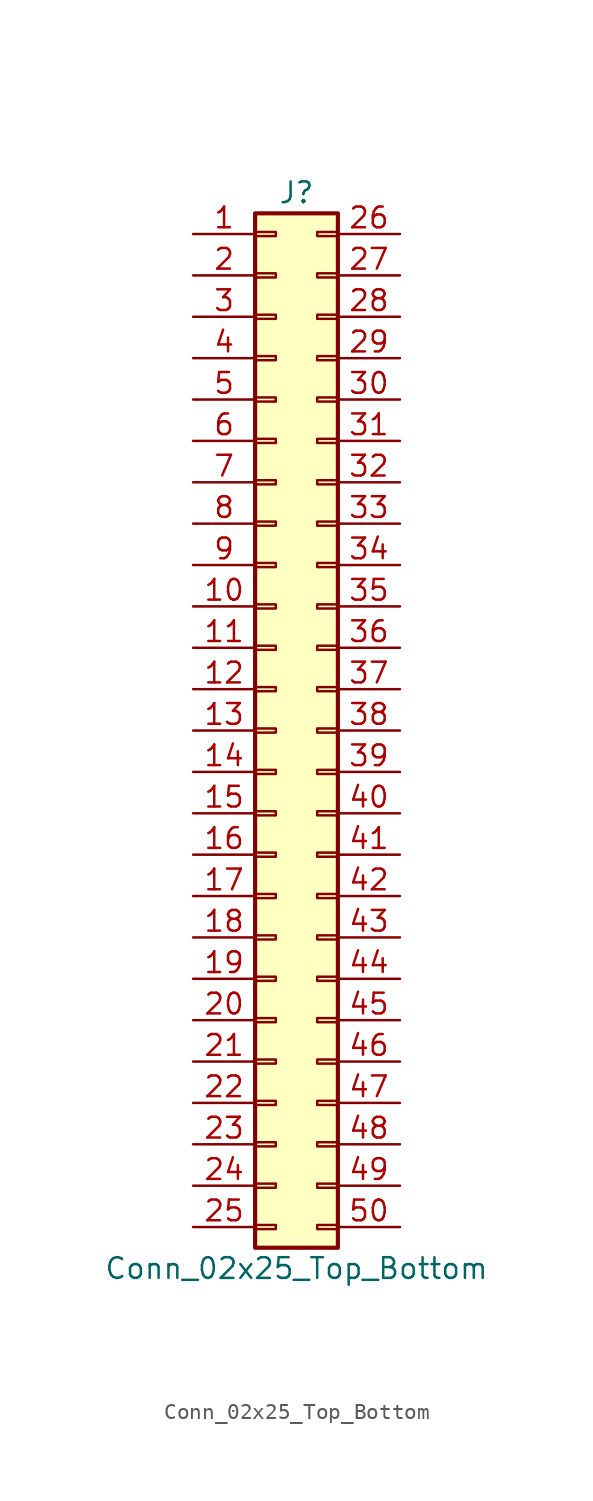
<source format=kicad_sym>
(kicad_symbol_lib
  (version 20201005)
  (generator kicad_symbol_editor)
  (symbol "Conn_02x25_Top_Bottom"
    (pin_names
      (offset 1.016) hide)
    (property "Reference" "J"
      (at 1.27 33.02 0)
      (effects (font (size 1.27 1.27))))
    (property "Value" "Conn_02x25_Top_Bottom"
      (at 1.27 -33.02 0)
      (effects (font (size 1.27 1.27))))
    (symbol "Conn_02x25_Top_Bottom_1_1"
      (rectangle (start -1.27 -30.353) (end 0 -30.607) (stroke (width 0.152)) (fill (type none)))
      (rectangle (start -1.27 -27.813) (end 0 -28.067) (stroke (width 0.152)) (fill (type none)))
      (rectangle (start -1.27 -25.273) (end 0 -25.527) (stroke (width 0.152)) (fill (type none)))
      (rectangle (start -1.27 -22.733) (end 0 -22.987) (stroke (width 0.152)) (fill (type none)))
      (rectangle (start -1.27 -20.193) (end 0 -20.447) (stroke (width 0.152)) (fill (type none)))
      (rectangle (start -1.27 -17.653) (end 0 -17.907) (stroke (width 0.152)) (fill (type none)))
      (rectangle (start -1.27 -15.113) (end 0 -15.367) (stroke (width 0.152)) (fill (type none)))
      (rectangle (start -1.27 -12.573) (end 0 -12.827) (stroke (width 0.152)) (fill (type none)))
      (rectangle (start -1.27 -10.033) (end 0 -10.287) (stroke (width 0.152)) (fill (type none)))
      (rectangle (start -1.27 -7.493) (end 0 -7.747) (stroke (width 0.152)) (fill (type none)))
      (rectangle (start -1.27 -4.953) (end 0 -5.207) (stroke (width 0.152)) (fill (type none)))
      (rectangle (start -1.27 -2.413) (end 0 -2.667) (stroke (width 0.152)) (fill (type none)))
      (rectangle (start -1.27 0.127) (end 0 -0.127) (stroke (width 0.152)) (fill (type none)))
      (rectangle (start -1.27 2.667) (end 0 2.413) (stroke (width 0.152)) (fill (type none)))
      (rectangle (start -1.27 5.207) (end 0 4.953) (stroke (width 0.152)) (fill (type none)))
      (rectangle (start -1.27 7.747) (end 0 7.493) (stroke (width 0.152)) (fill (type none)))
      (rectangle (start -1.27 10.287) (end 0 10.033) (stroke (width 0.152)) (fill (type none)))
      (rectangle (start -1.27 12.827) (end 0 12.573) (stroke (width 0.152)) (fill (type none)))
      (rectangle (start -1.27 15.367) (end 0 15.113) (stroke (width 0.152)) (fill (type none)))
      (rectangle (start -1.27 17.907) (end 0 17.653) (stroke (width 0.152)) (fill (type none)))
      (rectangle (start -1.27 20.447) (end 0 20.193) (stroke (width 0.152)) (fill (type none)))
      (rectangle (start -1.27 22.987) (end 0 22.733) (stroke (width 0.152)) (fill (type none)))
      (rectangle (start -1.27 25.527) (end 0 25.273) (stroke (width 0.152)) (fill (type none)))
      (rectangle (start -1.27 28.067) (end 0 27.813) (stroke (width 0.152)) (fill (type none)))
      (rectangle (start -1.27 30.607) (end 0 30.353) (stroke (width 0.152)) (fill (type none)))
      (rectangle (start -1.27 31.75) (end 3.81 -31.75) (stroke (width 0.254)) (fill (type background)))
      (rectangle (start 3.81 -30.353) (end 2.54 -30.607) (stroke (width 0.152)) (fill (type none)))
      (rectangle (start 3.81 -27.813) (end 2.54 -28.067) (stroke (width 0.152)) (fill (type none)))
      (rectangle (start 3.81 -25.273) (end 2.54 -25.527) (stroke (width 0.152)) (fill (type none)))
      (rectangle (start 3.81 -22.733) (end 2.54 -22.987) (stroke (width 0.152)) (fill (type none)))
      (rectangle (start 3.81 -20.193) (end 2.54 -20.447) (stroke (width 0.152)) (fill (type none)))
      (rectangle (start 3.81 -17.653) (end 2.54 -17.907) (stroke (width 0.152)) (fill (type none)))
      (rectangle (start 3.81 -15.113) (end 2.54 -15.367) (stroke (width 0.152)) (fill (type none)))
      (rectangle (start 3.81 -12.573) (end 2.54 -12.827) (stroke (width 0.152)) (fill (type none)))
      (rectangle (start 3.81 -10.033) (end 2.54 -10.287) (stroke (width 0.152)) (fill (type none)))
      (rectangle (start 3.81 -7.493) (end 2.54 -7.747) (stroke (width 0.152)) (fill (type none)))
      (rectangle (start 3.81 -4.953) (end 2.54 -5.207) (stroke (width 0.152)) (fill (type none)))
      (rectangle (start 3.81 -2.413) (end 2.54 -2.667) (stroke (width 0.152)) (fill (type none)))
      (rectangle (start 3.81 0.127) (end 2.54 -0.127) (stroke (width 0.152)) (fill (type none)))
      (rectangle (start 3.81 2.667) (end 2.54 2.413) (stroke (width 0.152)) (fill (type none)))
      (rectangle (start 3.81 5.207) (end 2.54 4.953) (stroke (width 0.152)) (fill (type none)))
      (rectangle (start 3.81 7.747) (end 2.54 7.493) (stroke (width 0.152)) (fill (type none)))
      (rectangle (start 3.81 10.287) (end 2.54 10.033) (stroke (width 0.152)) (fill (type none)))
      (rectangle (start 3.81 12.827) (end 2.54 12.573) (stroke (width 0.152)) (fill (type none)))
      (rectangle (start 3.81 15.367) (end 2.54 15.113) (stroke (width 0.152)) (fill (type none)))
      (rectangle (start 3.81 17.907) (end 2.54 17.653) (stroke (width 0.152)) (fill (type none)))
      (rectangle (start 3.81 20.447) (end 2.54 20.193) (stroke (width 0.152)) (fill (type none)))
      (rectangle (start 3.81 22.987) (end 2.54 22.733) (stroke (width 0.152)) (fill (type none)))
      (rectangle (start 3.81 25.527) (end 2.54 25.273) (stroke (width 0.152)) (fill (type none)))
      (rectangle (start 3.81 28.067) (end 2.54 27.813) (stroke (width 0.152)) (fill (type none)))
      (rectangle (start 3.81 30.607) (end 2.54 30.353) (stroke (width 0.152)) (fill (type none)))
      (pin passive line (at -5.08 30.48 0) (length 3.81) (name "Pin_1" (effects (font (size 1.27 1.27)))) (number "1" (effects (font (size 1.27 1.27)))))
      (pin passive line (at -5.08 7.62 0) (length 3.81) (name "Pin_10" (effects (font (size 1.27 1.27)))) (number "10" (effects (font (size 1.27 1.27)))))
      (pin passive line (at -5.08 5.08 0) (length 3.81) (name "Pin_11" (effects (font (size 1.27 1.27)))) (number "11" (effects (font (size 1.27 1.27)))))
      (pin passive line (at -5.08 2.54 0) (length 3.81) (name "Pin_12" (effects (font (size 1.27 1.27)))) (number "12" (effects (font (size 1.27 1.27)))))
      (pin passive line (at -5.08 0 0) (length 3.81) (name "Pin_13" (effects (font (size 1.27 1.27)))) (number "13" (effects (font (size 1.27 1.27)))))
      (pin passive line (at -5.08 -2.54 0) (length 3.81) (name "Pin_14" (effects (font (size 1.27 1.27)))) (number "14" (effects (font (size 1.27 1.27)))))
      (pin passive line (at -5.08 -5.08 0) (length 3.81) (name "Pin_15" (effects (font (size 1.27 1.27)))) (number "15" (effects (font (size 1.27 1.27)))))
      (pin passive line (at -5.08 -7.62 0) (length 3.81) (name "Pin_16" (effects (font (size 1.27 1.27)))) (number "16" (effects (font (size 1.27 1.27)))))
      (pin passive line (at -5.08 -10.16 0) (length 3.81) (name "Pin_17" (effects (font (size 1.27 1.27)))) (number "17" (effects (font (size 1.27 1.27)))))
      (pin passive line (at -5.08 -12.7 0) (length 3.81) (name "Pin_18" (effects (font (size 1.27 1.27)))) (number "18" (effects (font (size 1.27 1.27)))))
      (pin passive line (at -5.08 -15.24 0) (length 3.81) (name "Pin_19" (effects (font (size 1.27 1.27)))) (number "19" (effects (font (size 1.27 1.27)))))
      (pin passive line (at -5.08 27.94 0) (length 3.81) (name "Pin_2" (effects (font (size 1.27 1.27)))) (number "2" (effects (font (size 1.27 1.27)))))
      (pin passive line (at -5.08 -17.78 0) (length 3.81) (name "Pin_20" (effects (font (size 1.27 1.27)))) (number "20" (effects (font (size 1.27 1.27)))))
      (pin passive line (at -5.08 -20.32 0) (length 3.81) (name "Pin_21" (effects (font (size 1.27 1.27)))) (number "21" (effects (font (size 1.27 1.27)))))
      (pin passive line (at -5.08 -22.86 0) (length 3.81) (name "Pin_22" (effects (font (size 1.27 1.27)))) (number "22" (effects (font (size 1.27 1.27)))))
      (pin passive line (at -5.08 -25.4 0) (length 3.81) (name "Pin_23" (effects (font (size 1.27 1.27)))) (number "23" (effects (font (size 1.27 1.27)))))
      (pin passive line (at -5.08 -27.94 0) (length 3.81) (name "Pin_24" (effects (font (size 1.27 1.27)))) (number "24" (effects (font (size 1.27 1.27)))))
      (pin passive line (at -5.08 -30.48 0) (length 3.81) (name "Pin_25" (effects (font (size 1.27 1.27)))) (number "25" (effects (font (size 1.27 1.27)))))
      (pin passive line (at 7.62 30.48 180) (length 3.81) (name "Pin_26" (effects (font (size 1.27 1.27)))) (number "26" (effects (font (size 1.27 1.27)))))
      (pin passive line (at 7.62 27.94 180) (length 3.81) (name "Pin_27" (effects (font (size 1.27 1.27)))) (number "27" (effects (font (size 1.27 1.27)))))
      (pin passive line (at 7.62 25.4 180) (length 3.81) (name "Pin_28" (effects (font (size 1.27 1.27)))) (number "28" (effects (font (size 1.27 1.27)))))
      (pin passive line (at 7.62 22.86 180) (length 3.81) (name "Pin_29" (effects (font (size 1.27 1.27)))) (number "29" (effects (font (size 1.27 1.27)))))
      (pin passive line (at -5.08 25.4 0) (length 3.81) (name "Pin_3" (effects (font (size 1.27 1.27)))) (number "3" (effects (font (size 1.27 1.27)))))
      (pin passive line (at 7.62 20.32 180) (length 3.81) (name "Pin_30" (effects (font (size 1.27 1.27)))) (number "30" (effects (font (size 1.27 1.27)))))
      (pin passive line (at 7.62 17.78 180) (length 3.81) (name "Pin_31" (effects (font (size 1.27 1.27)))) (number "31" (effects (font (size 1.27 1.27)))))
      (pin passive line (at 7.62 15.24 180) (length 3.81) (name "Pin_32" (effects (font (size 1.27 1.27)))) (number "32" (effects (font (size 1.27 1.27)))))
      (pin passive line (at 7.62 12.7 180) (length 3.81) (name "Pin_33" (effects (font (size 1.27 1.27)))) (number "33" (effects (font (size 1.27 1.27)))))
      (pin passive line (at 7.62 10.16 180) (length 3.81) (name "Pin_34" (effects (font (size 1.27 1.27)))) (number "34" (effects (font (size 1.27 1.27)))))
      (pin passive line (at 7.62 7.62 180) (length 3.81) (name "Pin_35" (effects (font (size 1.27 1.27)))) (number "35" (effects (font (size 1.27 1.27)))))
      (pin passive line (at 7.62 5.08 180) (length 3.81) (name "Pin_36" (effects (font (size 1.27 1.27)))) (number "36" (effects (font (size 1.27 1.27)))))
      (pin passive line (at 7.62 2.54 180) (length 3.81) (name "Pin_37" (effects (font (size 1.27 1.27)))) (number "37" (effects (font (size 1.27 1.27)))))
      (pin passive line (at 7.62 0 180) (length 3.81) (name "Pin_38" (effects (font (size 1.27 1.27)))) (number "38" (effects (font (size 1.27 1.27)))))
      (pin passive line (at 7.62 -2.54 180) (length 3.81) (name "Pin_39" (effects (font (size 1.27 1.27)))) (number "39" (effects (font (size 1.27 1.27)))))
      (pin passive line (at -5.08 22.86 0) (length 3.81) (name "Pin_4" (effects (font (size 1.27 1.27)))) (number "4" (effects (font (size 1.27 1.27)))))
      (pin passive line (at 7.62 -5.08 180) (length 3.81) (name "Pin_40" (effects (font (size 1.27 1.27)))) (number "40" (effects (font (size 1.27 1.27)))))
      (pin passive line (at 7.62 -7.62 180) (length 3.81) (name "Pin_41" (effects (font (size 1.27 1.27)))) (number "41" (effects (font (size 1.27 1.27)))))
      (pin passive line (at 7.62 -10.16 180) (length 3.81) (name "Pin_42" (effects (font (size 1.27 1.27)))) (number "42" (effects (font (size 1.27 1.27)))))
      (pin passive line (at 7.62 -12.7 180) (length 3.81) (name "Pin_43" (effects (font (size 1.27 1.27)))) (number "43" (effects (font (size 1.27 1.27)))))
      (pin passive line (at 7.62 -15.24 180) (length 3.81) (name "Pin_44" (effects (font (size 1.27 1.27)))) (number "44" (effects (font (size 1.27 1.27)))))
      (pin passive line (at 7.62 -17.78 180) (length 3.81) (name "Pin_45" (effects (font (size 1.27 1.27)))) (number "45" (effects (font (size 1.27 1.27)))))
      (pin passive line (at 7.62 -20.32 180) (length 3.81) (name "Pin_46" (effects (font (size 1.27 1.27)))) (number "46" (effects (font (size 1.27 1.27)))))
      (pin passive line (at 7.62 -22.86 180) (length 3.81) (name "Pin_47" (effects (font (size 1.27 1.27)))) (number "47" (effects (font (size 1.27 1.27)))))
      (pin passive line (at 7.62 -25.4 180) (length 3.81) (name "Pin_48" (effects (font (size 1.27 1.27)))) (number "48" (effects (font (size 1.27 1.27)))))
      (pin passive line (at 7.62 -27.94 180) (length 3.81) (name "Pin_49" (effects (font (size 1.27 1.27)))) (number "49" (effects (font (size 1.27 1.27)))))
      (pin passive line (at -5.08 20.32 0) (length 3.81) (name "Pin_5" (effects (font (size 1.27 1.27)))) (number "5" (effects (font (size 1.27 1.27)))))
      (pin passive line (at 7.62 -30.48 180) (length 3.81) (name "Pin_50" (effects (font (size 1.27 1.27)))) (number "50" (effects (font (size 1.27 1.27)))))
      (pin passive line (at -5.08 17.78 0) (length 3.81) (name "Pin_6" (effects (font (size 1.27 1.27)))) (number "6" (effects (font (size 1.27 1.27)))))
      (pin passive line (at -5.08 15.24 0) (length 3.81) (name "Pin_7" (effects (font (size 1.27 1.27)))) (number "7" (effects (font (size 1.27 1.27)))))
      (pin passive line (at -5.08 12.7 0) (length 3.81) (name "Pin_8" (effects (font (size 1.27 1.27)))) (number "8" (effects (font (size 1.27 1.27)))))
      (pin passive line (at -5.08 10.16 0) (length 3.81) (name "Pin_9" (effects (font (size 1.27 1.27)))) (number "9" (effects (font (size 1.27 1.27))))))))
</source>
